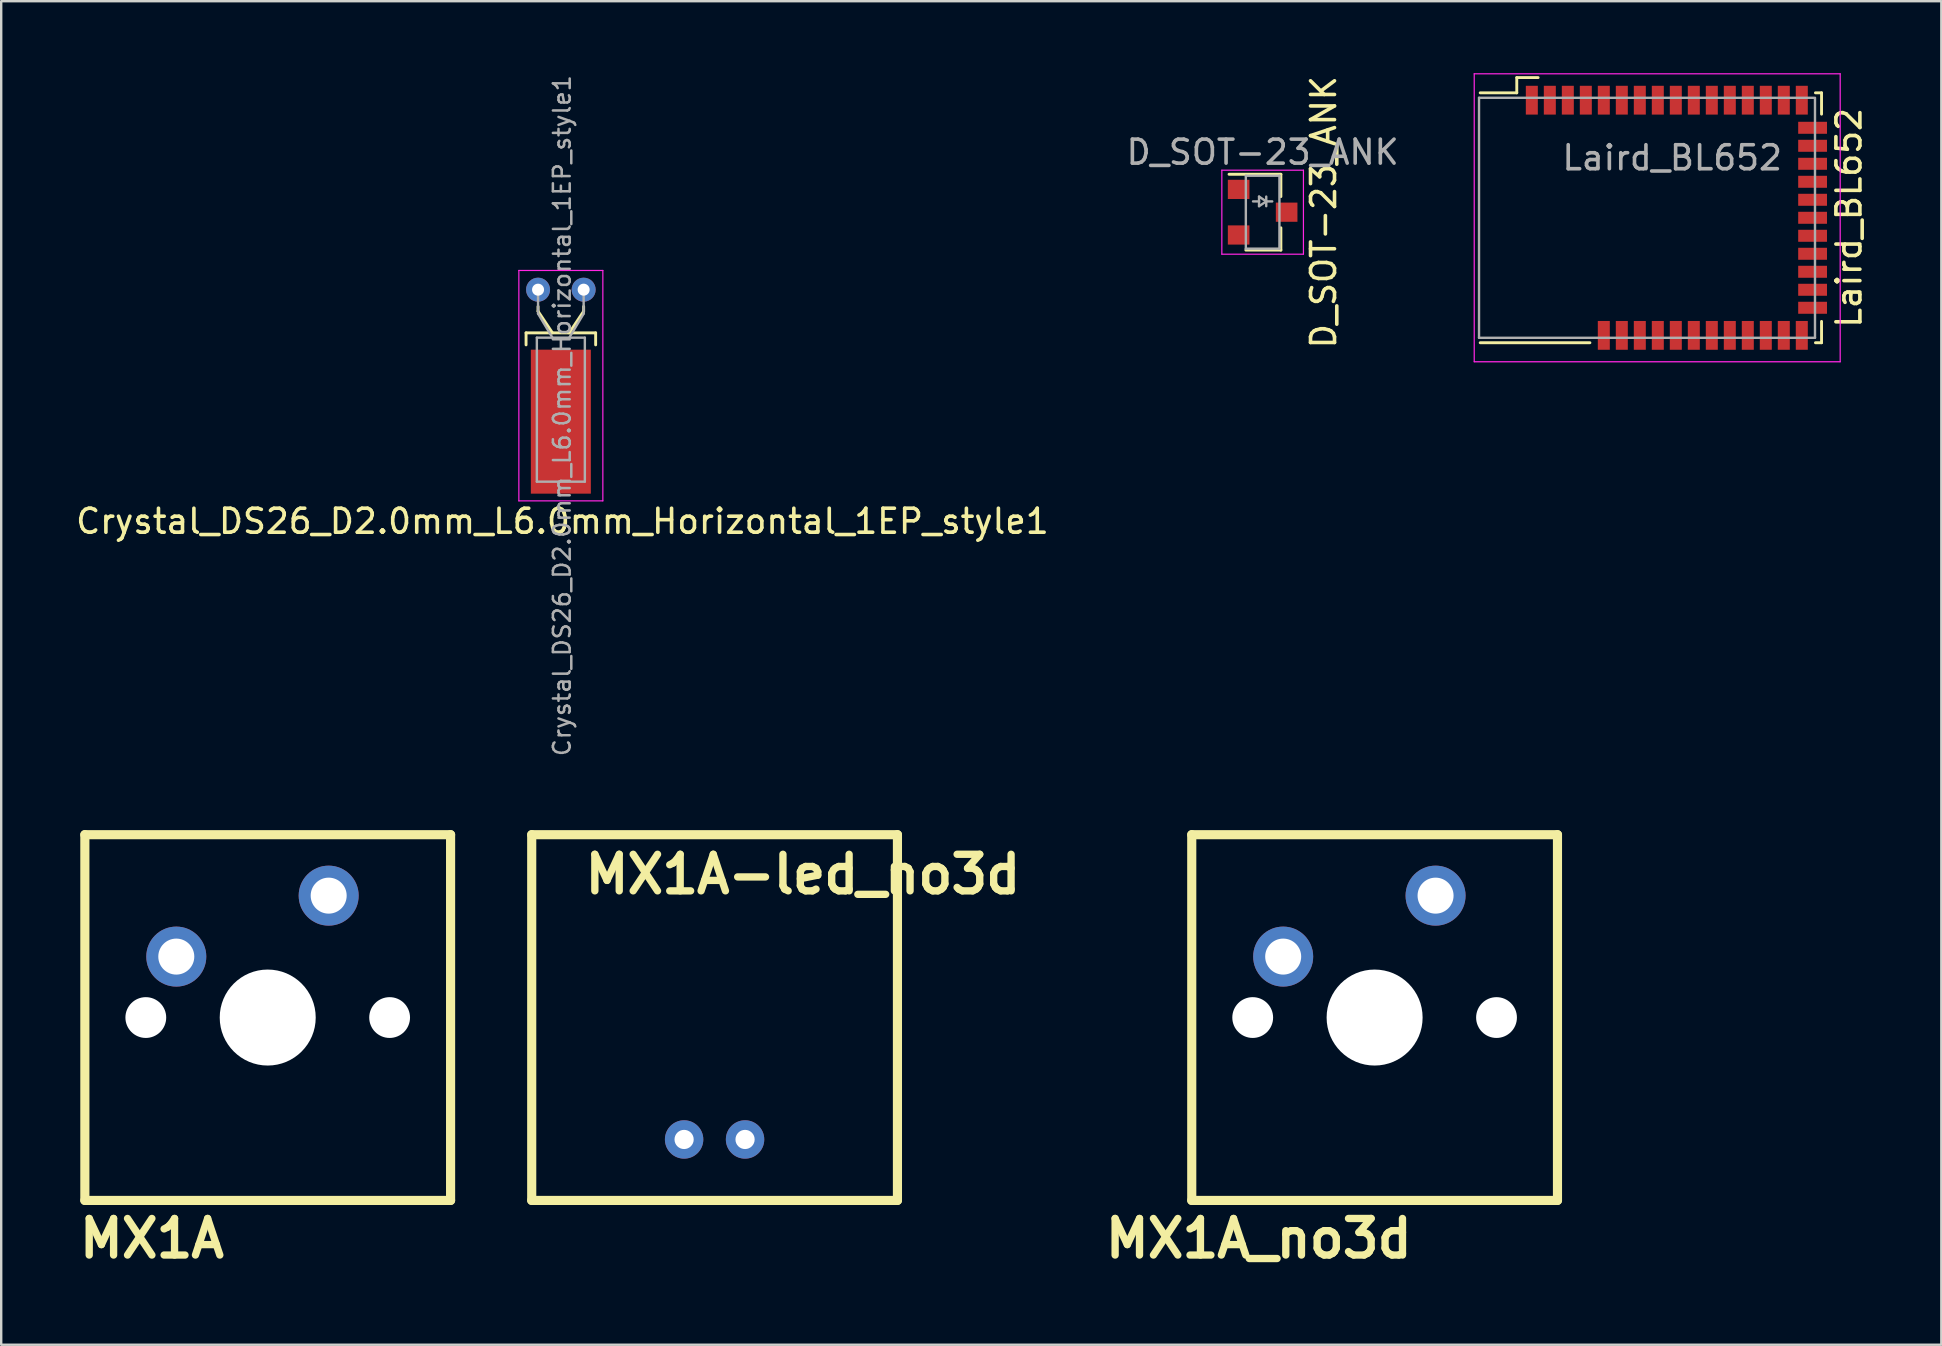
<source format=kicad_pcb>
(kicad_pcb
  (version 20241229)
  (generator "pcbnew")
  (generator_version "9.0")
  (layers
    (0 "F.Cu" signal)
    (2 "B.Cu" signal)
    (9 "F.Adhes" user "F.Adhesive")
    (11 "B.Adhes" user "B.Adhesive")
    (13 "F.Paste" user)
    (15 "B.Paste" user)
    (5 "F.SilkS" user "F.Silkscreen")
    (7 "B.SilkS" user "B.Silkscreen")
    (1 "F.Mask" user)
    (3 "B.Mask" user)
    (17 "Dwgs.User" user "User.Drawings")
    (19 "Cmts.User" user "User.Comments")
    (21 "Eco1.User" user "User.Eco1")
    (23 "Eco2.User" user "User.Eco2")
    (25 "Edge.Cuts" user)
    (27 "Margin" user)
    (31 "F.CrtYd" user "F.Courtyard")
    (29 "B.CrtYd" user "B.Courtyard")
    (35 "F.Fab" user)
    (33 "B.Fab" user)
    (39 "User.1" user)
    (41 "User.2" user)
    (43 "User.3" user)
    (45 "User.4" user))
  (footprint "MX1A"
    (layer "F.Cu")
    (at 8.106 39.352)
    (property "Reference" "MX1A" (at -4.826 9.207 0) (layer "F.SilkS") (effects (font (size 1.524 1.524) (thickness 0.305))))
    (attr through_hole)
    (fp_line (start -7.62 -7.62) (end 7.62 -7.62) (stroke (width 0.381) (type solid)) (layer "F.SilkS"))
    (fp_line (start -7.62 7.62) (end -7.62 -7.62) (stroke (width 0.381) (type solid)) (layer "F.SilkS"))
    (fp_line (start 7.62 -7.62) (end 7.62 7.62) (stroke (width 0.381) (type solid)) (layer "F.SilkS"))
    (fp_line (start 7.62 7.62) (end -7.62 7.62) (stroke (width 0.381) (type solid)) (layer "F.SilkS"))
    (pad "" np_thru_hole circle (at -5.08 0) (size 1.7 1.7) (drill 1.7) (layers "*.Cu" "*.Mask"))
    (pad "" np_thru_hole circle (at 0 0) (size 4 4) (drill 4) (layers "*.Cu" "*.Mask"))
    (pad "" np_thru_hole circle (at 5.08 0) (size 1.7 1.7) (drill 1.7) (layers "*.Cu" "*.Mask"))
    (pad "1" thru_hole circle (at -3.81 -2.54) (size 2.5 2.5) (drill 1.5) (layers "*.Cu" "*.Mask"))
    (pad "2" thru_hole circle (at 2.54 -5.08) (size 2.5 2.5) (drill 1.5) (layers "*.Cu" "*.Mask")))
  (footprint "MX1A-led_no3d"
    (layer "F.Cu")
    (at 26.727 39.352)
    (property "Reference" "MX1A-led_no3d" (at 3.683 -5.969 0) (layer "F.SilkS") (effects (font (size 1.524 1.524) (thickness 0.305))))
    (attr through_hole)
    (fp_line (start -7.62 -7.62) (end 7.62 -7.62) (stroke (width 0.381) (type solid)) (layer "F.SilkS"))
    (fp_line (start -7.62 7.62) (end -7.62 -7.62) (stroke (width 0.381) (type solid)) (layer "F.SilkS"))
    (fp_line (start 7.62 -7.62) (end 7.62 7.62) (stroke (width 0.381) (type solid)) (layer "F.SilkS"))
    (fp_line (start 7.62 7.62) (end -7.62 7.62) (stroke (width 0.381) (type solid)) (layer "F.SilkS"))
    (pad "1" thru_hole circle (at -1.27 5.08) (size 1.6 1.6) (drill 0.8) (layers "*.Cu" "*.Mask"))
    (pad "2" thru_hole circle (at 1.27 5.08) (size 1.6 1.6) (drill 0.8) (layers "*.Cu" "*.Mask")))
  (footprint "Laird_BL652"
    (layer "F.Cu")
    (at 66.632 6.025)
    (property "Reference" "Laird_BL652" (at 7.366 0 270) (layer "F.SilkS") (effects (font (size 1 1) (thickness 0.15))))
    (attr smd)
    (fp_line (start -8.001 -5.207) (end -6.477 -5.207) (stroke (width 0.12) (type solid)) (layer "F.SilkS"))
    (fp_line (start -6.477 -5.842) (end -5.588 -5.842) (stroke (width 0.12) (type solid)) (layer "F.SilkS"))
    (fp_line (start -6.477 -5.207) (end -6.477 -5.842) (stroke (width 0.12) (type solid)) (layer "F.SilkS"))
    (fp_line (start -3.429 5.207) (end -8.001 5.207) (stroke (width 0.12) (type solid)) (layer "F.SilkS"))
    (fp_line (start 5.969 -5.207) (end 6.223 -5.207) (stroke (width 0.12) (type solid)) (layer "F.SilkS"))
    (fp_line (start 6.223 -5.207) (end 6.223 -4.318) (stroke (width 0.12) (type solid)) (layer "F.SilkS"))
    (fp_line (start 6.223 5.207) (end 5.969 5.207) (stroke (width 0.12) (type solid)) (layer "F.SilkS"))
    (fp_line (start 6.223 5.207) (end 6.223 4.318) (stroke (width 0.12) (type solid)) (layer "F.SilkS"))
    (fp_line (start -8.25 -6) (end 7 -6) (stroke (width 0.05) (type solid)) (layer "F.CrtYd"))
    (fp_line (start -8.25 6) (end -8.25 -6) (stroke (width 0.05) (type solid)) (layer "F.CrtYd"))
    (fp_line (start 7 -6) (end 7 6) (stroke (width 0.05) (type solid)) (layer "F.CrtYd"))
    (fp_line (start 7 6) (end -8.25 6) (stroke (width 0.05) (type solid)) (layer "F.CrtYd"))
    (fp_line (start -8.05 -5) (end -8.05 5) (stroke (width 0.1) (type solid)) (layer "F.Fab"))
    (fp_line (start -8.05 -5) (end 5.9 -5) (stroke (width 0.1) (type solid)) (layer "F.Fab"))
    (fp_line (start 5.95 -5) (end 5.95 5) (stroke (width 0.1) (type solid)) (layer "F.Fab"))
    (fp_line (start 5.95 5) (end -8.05 5) (stroke (width 0.1) (type solid)) (layer "F.Fab"))
    (fp_text user "${REFERENCE}" (at 0 -2.5 0) (layer "F.Fab") (effects (font (size 1 1) (thickness 0.15))))
    (pad "1" smd rect (at -5.85 -4.9 90) (size 1.2 0.5) (layers "F.Cu" "F.Mask" "F.Paste"))
    (pad "2" smd rect (at -5.1 -4.9 90) (size 1.2 0.5) (layers "F.Cu" "F.Mask" "F.Paste"))
    (pad "3" smd rect (at -4.35 -4.9 90) (size 1.2 0.5) (layers "F.Cu" "F.Mask" "F.Paste"))
    (pad "4" smd rect (at -3.6 -4.9 90) (size 1.2 0.5) (layers "F.Cu" "F.Mask" "F.Paste"))
    (pad "5" smd rect (at -2.85 -4.9 90) (size 1.2 0.5) (layers "F.Cu" "F.Mask" "F.Paste"))
    (pad "6" smd rect (at -2.1 -4.9 90) (size 1.2 0.5) (layers "F.Cu" "F.Mask" "F.Paste"))
    (pad "7" smd rect (at -1.35 -4.9 90) (size 1.2 0.5) (layers "F.Cu" "F.Mask" "F.Paste"))
    (pad "8" smd rect (at -0.6 -4.9 90) (size 1.2 0.5) (layers "F.Cu" "F.Mask" "F.Paste"))
    (pad "9" smd rect (at 0.15 -4.9 90) (size 1.2 0.5) (layers "F.Cu" "F.Mask" "F.Paste"))
    (pad "10" smd rect (at 0.9 -4.9 90) (size 1.2 0.5) (layers "F.Cu" "F.Mask" "F.Paste"))
    (pad "11" smd rect (at 1.65 -4.9 90) (size 1.2 0.5) (layers "F.Cu" "F.Mask" "F.Paste"))
    (pad "12" smd rect (at 2.4 -4.9 90) (size 1.2 0.5) (layers "F.Cu" "F.Mask" "F.Paste"))
    (pad "13" smd rect (at 3.15 -4.9 90) (size 1.2 0.5) (layers "F.Cu" "F.Mask" "F.Paste"))
    (pad "14" smd rect (at 3.9 -4.9 90) (size 1.2 0.5) (layers "F.Cu" "F.Mask" "F.Paste"))
    (pad "15" smd rect (at 4.65 -4.9 90) (size 1.2 0.5) (layers "F.Cu" "F.Mask" "F.Paste"))
    (pad "16" smd rect (at 5.4 -4.9 90) (size 1.2 0.5) (layers "F.Cu" "F.Mask" "F.Paste"))
    (pad "17" smd rect (at 5.85 -3.75) (size 1.2 0.5) (layers "F.Cu" "F.Mask" "F.Paste"))
    (pad "18" smd rect (at 5.85 -3) (size 1.2 0.5) (layers "F.Cu" "F.Mask" "F.Paste"))
    (pad "19" smd rect (at 5.85 -2.25) (size 1.2 0.5) (layers "F.Cu" "F.Mask" "F.Paste"))
    (pad "20" smd rect (at 5.85 -1.5) (size 1.2 0.5) (layers "F.Cu" "F.Mask" "F.Paste"))
    (pad "21" smd rect (at 5.85 -0.75) (size 1.2 0.5) (layers "F.Cu" "F.Mask" "F.Paste"))
    (pad "22" smd rect (at 5.85 0) (size 1.2 0.5) (layers "F.Cu" "F.Mask" "F.Paste"))
    (pad "23" smd rect (at 5.85 0.75) (size 1.2 0.5) (layers "F.Cu" "F.Mask" "F.Paste"))
    (pad "24" smd rect (at 5.85 1.5) (size 1.2 0.5) (layers "F.Cu" "F.Mask" "F.Paste"))
    (pad "25" smd rect (at 5.85 2.25) (size 1.2 0.5) (layers "F.Cu" "F.Mask" "F.Paste"))
    (pad "26" smd rect (at 5.85 3) (size 1.2 0.5) (layers "F.Cu" "F.Mask" "F.Paste"))
    (pad "27" smd rect (at 5.85 3.75) (size 1.2 0.5) (layers "F.Cu" "F.Mask" "F.Paste"))
    (pad "28" smd rect (at 5.4 4.9 90) (size 1.2 0.5) (layers "F.Cu" "F.Mask" "F.Paste"))
    (pad "29" smd rect (at 4.65 4.9 90) (size 1.2 0.5) (layers "F.Cu" "F.Mask" "F.Paste"))
    (pad "30" smd rect (at 3.9 4.9 90) (size 1.2 0.5) (layers "F.Cu" "F.Mask" "F.Paste"))
    (pad "31" smd rect (at 3.15 4.9 90) (size 1.2 0.5) (layers "F.Cu" "F.Mask" "F.Paste"))
    (pad "32" smd rect (at 2.4 4.9 90) (size 1.2 0.5) (layers "F.Cu" "F.Mask" "F.Paste"))
    (pad "33" smd rect (at 1.65 4.9 90) (size 1.2 0.5) (layers "F.Cu" "F.Mask" "F.Paste"))
    (pad "34" smd rect (at 0.9 4.9 90) (size 1.2 0.5) (layers "F.Cu" "F.Mask" "F.Paste"))
    (pad "35" smd rect (at 0.15 4.9 90) (size 1.2 0.5) (layers "F.Cu" "F.Mask" "F.Paste"))
    (pad "36" smd rect (at -0.6 4.9 90) (size 1.2 0.5) (layers "F.Cu" "F.Mask" "F.Paste"))
    (pad "37" smd rect (at -1.35 4.9 90) (size 1.2 0.5) (layers "F.Cu" "F.Mask" "F.Paste"))
    (pad "38" smd rect (at -2.1 4.9 90) (size 1.2 0.5) (layers "F.Cu" "F.Mask" "F.Paste"))
    (pad "39" smd rect (at -2.85 4.9 90) (size 1.2 0.5) (layers "F.Cu" "F.Mask" "F.Paste")))
  (footprint "Crystal_DS26_D2.0mm_L6.0mm_Horizontal_1EP_style1"
    (layer "F.Cu")
    (at 19.371 9.021)
    (property "Reference" "Crystal_DS26_D2.0mm_L6.0mm_Horizontal_1EP_style1" (at 1.016 9.652 0) (layer "F.SilkS") (effects (font (size 1 1) (thickness 0.15))))
    (attr through_hole)
    (fp_line (start -0.5 1.8) (end 2.4 1.8) (stroke (width 0.12) (type solid)) (layer "F.SilkS"))
    (fp_line (start -0.5 2.3) (end -0.5 1.8) (stroke (width 0.12) (type solid)) (layer "F.SilkS"))
    (fp_line (start 0 0.9) (end 0 0.7) (stroke (width 0.12) (type solid)) (layer "F.SilkS"))
    (fp_line (start 0.6 1.8) (end 0 0.9) (stroke (width 0.12) (type solid)) (layer "F.SilkS"))
    (fp_line (start 1.3 1.8) (end 1.9 0.9) (stroke (width 0.12) (type solid)) (layer "F.SilkS"))
    (fp_line (start 1.9 0.9) (end 1.9 0.7) (stroke (width 0.12) (type solid)) (layer "F.SilkS"))
    (fp_line (start 2.4 1.8) (end 2.4 2.3) (stroke (width 0.12) (type solid)) (layer "F.SilkS"))
    (fp_line (start -0.8 -0.8) (end -0.8 8.8) (stroke (width 0.05) (type solid)) (layer "F.CrtYd"))
    (fp_line (start -0.8 8.8) (end 2.7 8.8) (stroke (width 0.05) (type solid)) (layer "F.CrtYd"))
    (fp_line (start 2.7 -0.8) (end -0.8 -0.8) (stroke (width 0.05) (type solid)) (layer "F.CrtYd"))
    (fp_line (start 2.7 8.8) (end 2.7 -0.8) (stroke (width 0.05) (type solid)) (layer "F.CrtYd"))
    (fp_line (start -0.05 2) (end -0.05 8) (stroke (width 0.1) (type solid)) (layer "F.Fab"))
    (fp_line (start -0.05 8) (end 1.95 8) (stroke (width 0.1) (type solid)) (layer "F.Fab"))
    (fp_line (start 0 1) (end 0 0) (stroke (width 0.1) (type solid)) (layer "F.Fab"))
    (fp_line (start 0.6 2) (end 0 1) (stroke (width 0.1) (type solid)) (layer "F.Fab"))
    (fp_line (start 1.3 2) (end 1.9 1) (stroke (width 0.1) (type solid)) (layer "F.Fab"))
    (fp_line (start 1.9 1) (end 1.9 0) (stroke (width 0.1) (type solid)) (layer "F.Fab"))
    (fp_line (start 1.95 2) (end -0.05 2) (stroke (width 0.1) (type solid)) (layer "F.Fab"))
    (fp_line (start 1.95 8) (end 1.95 2) (stroke (width 0.1) (type solid)) (layer "F.Fab"))
    (fp_text user "${REFERENCE}" (at 1 5.25 90) (layer "F.Fab") (effects (font (size 0.7 0.7) (thickness 0.105))))
    (pad "" smd rect (at 0.95 5.5) (size 2.5 6) (layers "F.Cu" "F.Mask" "F.Paste"))
    (pad "1" thru_hole circle (at 0 0) (size 1 1) (drill 0.5) (layers "*.Cu" "*.Mask"))
    (pad "2" thru_hole circle (at 1.9 0) (size 1 1) (drill 0.5) (layers "*.Cu" "*.Mask")))
  (footprint "D_SOT-23_ANK"
    (layer "F.Cu")
    (at 49.565 5.792)
    (property "Reference" "D_SOT-23_ANK" (at 2.54 0 270) (layer "F.SilkS") (effects (font (size 1 1) (thickness 0.15))))
    (attr smd)
    (fp_line (start 0.76 -1.58) (end -1.4 -1.58) (stroke (width 0.12) (type solid)) (layer "F.SilkS"))
    (fp_line (start 0.76 -1.58) (end 0.76 -0.65) (stroke (width 0.12) (type solid)) (layer "F.SilkS"))
    (fp_line (start 0.76 1.58) (end -0.7 1.58) (stroke (width 0.12) (type solid)) (layer "F.SilkS"))
    (fp_line (start 0.76 1.58) (end 0.76 0.65) (stroke (width 0.12) (type solid)) (layer "F.SilkS"))
    (fp_line (start -1.7 -1.75) (end 1.7 -1.75) (stroke (width 0.05) (type solid)) (layer "F.CrtYd"))
    (fp_line (start -1.7 1.75) (end -1.7 -1.75) (stroke (width 0.05) (type solid)) (layer "F.CrtYd"))
    (fp_line (start 1.7 -1.75) (end 1.7 1.75) (stroke (width 0.05) (type solid)) (layer "F.CrtYd"))
    (fp_line (start 1.7 1.75) (end -1.7 1.75) (stroke (width 0.05) (type solid)) (layer "F.CrtYd"))
    (fp_line (start -0.7 -1.52) (end -0.7 1.52) (stroke (width 0.1) (type solid)) (layer "F.Fab"))
    (fp_line (start -0.7 -1.52) (end 0.7 -1.52) (stroke (width 0.1) (type solid)) (layer "F.Fab"))
    (fp_line (start -0.7 1.52) (end 0.7 1.52) (stroke (width 0.1) (type solid)) (layer "F.Fab"))
    (fp_line (start -0.15 -0.65) (end -0.15 -0.25) (stroke (width 0.1) (type solid)) (layer "F.Fab"))
    (fp_line (start -0.15 -0.45) (end -0.4 -0.45) (stroke (width 0.1) (type solid)) (layer "F.Fab"))
    (fp_line (start -0.15 -0.25) (end 0.15 -0.45) (stroke (width 0.1) (type solid)) (layer "F.Fab"))
    (fp_line (start 0.15 -0.65) (end 0.15 -0.25) (stroke (width 0.1) (type solid)) (layer "F.Fab"))
    (fp_line (start 0.15 -0.45) (end -0.15 -0.65) (stroke (width 0.1) (type solid)) (layer "F.Fab"))
    (fp_line (start 0.15 -0.45) (end 0.4 -0.45) (stroke (width 0.1) (type solid)) (layer "F.Fab"))
    (fp_line (start 0.7 -1.52) (end 0.7 1.52) (stroke (width 0.1) (type solid)) (layer "F.Fab"))
    (fp_text user "${REFERENCE}" (at 0 -2.5 0) (layer "F.Fab") (effects (font (size 1 1) (thickness 0.15))))
    (pad "" smd rect (at -1 0.95) (size 0.9 0.8) (layers "F.Cu" "F.Mask" "F.Paste"))
    (pad "1" smd rect (at 1 0) (size 0.9 0.8) (layers "F.Cu" "F.Mask" "F.Paste"))
    (pad "2" smd rect (at -1 -0.95) (size 0.9 0.8) (layers "F.Cu" "F.Mask" "F.Paste")))
  (footprint "MX1A_no3d"
    (layer "F.Cu")
    (at 54.231 39.352)
    (property "Reference" "MX1A_no3d" (at -4.826 9.207 0) (layer "F.SilkS") (effects (font (size 1.524 1.524) (thickness 0.305))))
    (attr through_hole)
    (fp_line (start -7.62 -7.62) (end 7.62 -7.62) (stroke (width 0.381) (type solid)) (layer "F.SilkS"))
    (fp_line (start -7.62 7.62) (end -7.62 -7.62) (stroke (width 0.381) (type solid)) (layer "F.SilkS"))
    (fp_line (start 7.62 -7.62) (end 7.62 7.62) (stroke (width 0.381) (type solid)) (layer "F.SilkS"))
    (fp_line (start 7.62 7.62) (end -7.62 7.62) (stroke (width 0.381) (type solid)) (layer "F.SilkS"))
    (pad "" np_thru_hole circle (at -5.08 0) (size 1.7 1.7) (drill 1.7) (layers "*.Cu" "*.Mask"))
    (pad "" np_thru_hole circle (at 0 0) (size 4 4) (drill 4) (layers "*.Cu" "*.Mask"))
    (pad "" np_thru_hole circle (at 5.08 0) (size 1.7 1.7) (drill 1.7) (layers "*.Cu" "*.Mask"))
    (pad "1" thru_hole circle (at -3.81 -2.54) (size 2.5 2.5) (drill 1.5) (layers "*.Cu" "*.Mask"))
    (pad "2" thru_hole circle (at 2.54 -5.08) (size 2.5 2.5) (drill 1.5) (layers "*.Cu" "*.Mask")))
  (gr_rect
    (start -3 -3)
    (end 77.846 52.986)
    (stroke (width 0.1) (type default))
    (fill no)
    (layer "Edge.Cuts")))
</source>
